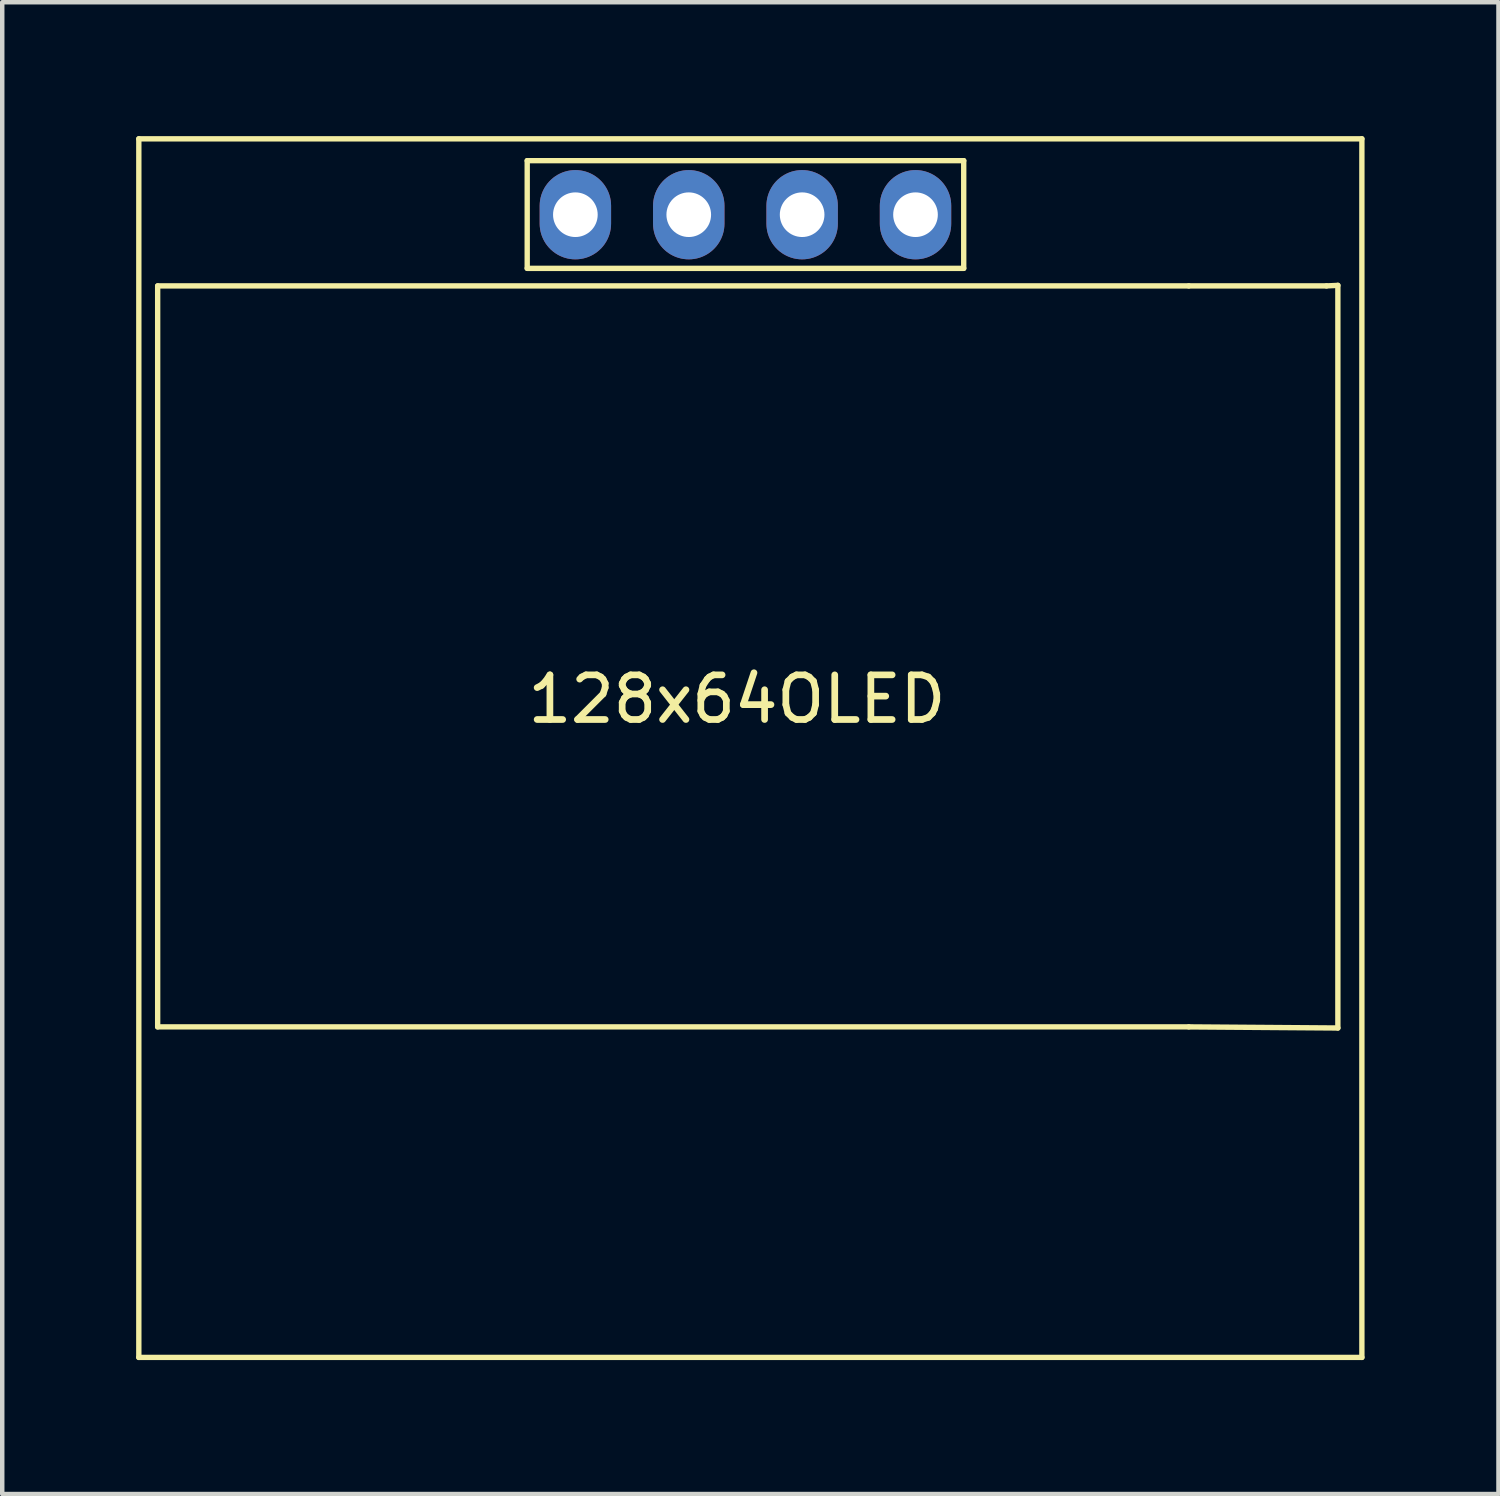
<source format=kicad_pcb>
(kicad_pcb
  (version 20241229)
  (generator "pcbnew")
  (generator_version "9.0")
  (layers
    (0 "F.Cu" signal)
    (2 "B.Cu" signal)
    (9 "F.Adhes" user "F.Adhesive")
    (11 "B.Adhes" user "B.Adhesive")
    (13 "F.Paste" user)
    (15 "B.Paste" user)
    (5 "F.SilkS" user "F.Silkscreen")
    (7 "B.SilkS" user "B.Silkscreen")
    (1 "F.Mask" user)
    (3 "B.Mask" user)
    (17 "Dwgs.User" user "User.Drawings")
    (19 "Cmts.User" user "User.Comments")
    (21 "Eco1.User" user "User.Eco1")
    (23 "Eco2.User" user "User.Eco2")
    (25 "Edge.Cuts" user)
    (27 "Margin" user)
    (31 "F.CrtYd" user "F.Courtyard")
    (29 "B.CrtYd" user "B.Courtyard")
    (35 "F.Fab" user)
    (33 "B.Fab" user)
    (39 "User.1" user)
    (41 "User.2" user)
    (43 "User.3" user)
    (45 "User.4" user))
  (footprint "128x64OLED"
    (layer "F.Cu")
    (at 13.46 12.36)
    (property "Reference" "128x64OLED" (at 0 0.254 0) (layer "F.SilkS") (effects (font (size 1 1) (thickness 0.15))))
    (attr through_hole)
    (fp_line (start -13.4 -12.3) (end 14 -12.3) (stroke (width 0.12) (type solid)) (layer "F.SilkS"))
    (fp_line (start -13.4 15) (end -13.4 -12.3) (stroke (width 0.12) (type solid)) (layer "F.SilkS"))
    (fp_line (start -12.978 -9.005) (end 10.122 -9.005) (stroke (width 0.12) (type solid)) (layer "F.SilkS"))
    (fp_line (start -12.978 7.595) (end -12.978 -9.005) (stroke (width 0.12) (type solid)) (layer "F.SilkS"))
    (fp_line (start -4.699 -11.811) (end -4.699 -9.398) (stroke (width 0.12) (type solid)) (layer "F.SilkS"))
    (fp_line (start -4.699 -11.811) (end 5.08 -11.811) (stroke (width 0.12) (type solid)) (layer "F.SilkS"))
    (fp_line (start 5.08 -11.811) (end 5.08 -9.398) (stroke (width 0.12) (type solid)) (layer "F.SilkS"))
    (fp_line (start 5.08 -9.398) (end -4.699 -9.398) (stroke (width 0.12) (type solid)) (layer "F.SilkS"))
    (fp_line (start 10.122 -9.005) (end 13.208 -9.005) (stroke (width 0.12) (type solid)) (layer "F.SilkS"))
    (fp_line (start 10.122 7.595) (end -12.978 7.595) (stroke (width 0.12) (type solid)) (layer "F.SilkS"))
    (fp_line (start 10.122 7.595) (end 13.462 7.62) (stroke (width 0.12) (type solid)) (layer "F.SilkS"))
    (fp_line (start 13.462 -9.017) (end 13.208 -9.005) (stroke (width 0.12) (type solid)) (layer "F.SilkS"))
    (fp_line (start 13.462 7.62) (end 13.462 -9.017) (stroke (width 0.12) (type solid)) (layer "F.SilkS"))
    (fp_line (start 14 -12.3) (end 14 15) (stroke (width 0.12) (type solid)) (layer "F.SilkS"))
    (fp_line (start 14 15) (end -13.4 15) (stroke (width 0.12) (type solid)) (layer "F.SilkS"))
    (pad "1" thru_hole oval (at -3.62 -10.6 90) (size 2 1.6) (drill 1) (layers "*.Cu" "*.Mask"))
    (pad "2" thru_hole oval (at -1.08 -10.6 90) (size 2 1.6) (drill 1) (layers "*.Cu" "*.Mask"))
    (pad "3" thru_hole oval (at 1.46 -10.6 90) (size 2 1.6) (drill 1) (layers "*.Cu" "*.Mask"))
    (pad "4" thru_hole oval (at 4 -10.6 90) (size 2 1.6) (drill 1) (layers "*.Cu" "*.Mask")))
  (gr_rect
    (start -3 -3)
    (end 30.52 30.42)
    (stroke (width 0.1) (type default))
    (fill no)
    (layer "Edge.Cuts")))
</source>
